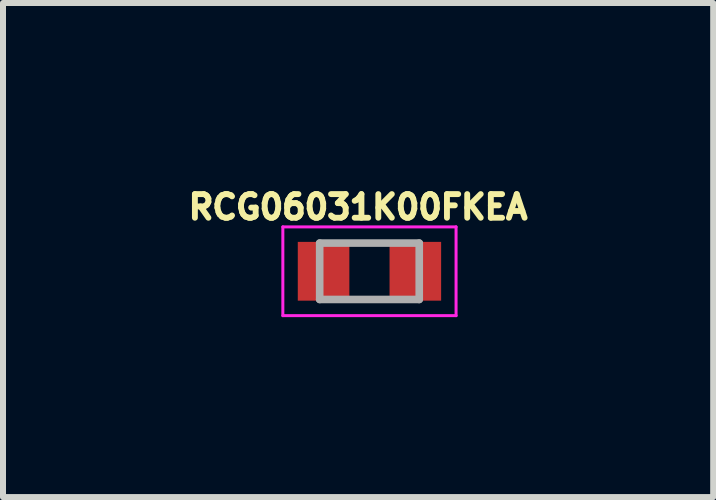
<source format=kicad_pcb>
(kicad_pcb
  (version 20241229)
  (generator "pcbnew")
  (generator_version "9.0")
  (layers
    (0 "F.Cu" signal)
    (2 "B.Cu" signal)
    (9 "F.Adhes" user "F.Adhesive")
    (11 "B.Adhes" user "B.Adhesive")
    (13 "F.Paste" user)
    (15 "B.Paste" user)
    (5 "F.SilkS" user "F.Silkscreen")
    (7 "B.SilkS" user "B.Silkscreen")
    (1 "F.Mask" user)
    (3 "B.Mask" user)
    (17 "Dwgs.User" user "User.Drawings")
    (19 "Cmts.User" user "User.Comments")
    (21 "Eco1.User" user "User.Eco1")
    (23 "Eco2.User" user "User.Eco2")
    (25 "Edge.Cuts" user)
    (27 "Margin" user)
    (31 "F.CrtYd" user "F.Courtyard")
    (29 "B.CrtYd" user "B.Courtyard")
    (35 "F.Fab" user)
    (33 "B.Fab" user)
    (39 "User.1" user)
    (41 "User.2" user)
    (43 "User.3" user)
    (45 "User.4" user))
  (footprint "RCG06031K00FKEA"
    (layer "F.Cu")
    (at 3.11 1.473)
    (property "Reference" "RCG06031K00FKEA" (at -0.19 -1.07 0) (layer "F.SilkS") (effects (font (size 0.394 0.394) (thickness 0.098))))
    (attr smd)
    (fp_line (start -1.444 -0.74) (end 1.444 -0.74) (stroke (width 0.05) (type solid)) (layer "F.CrtYd"))
    (fp_line (start -1.444 0.74) (end -1.444 -0.74) (stroke (width 0.05) (type solid)) (layer "F.CrtYd"))
    (fp_line (start -1.444 0.74) (end 1.444 0.74) (stroke (width 0.05) (type solid)) (layer "F.CrtYd"))
    (fp_line (start 1.444 0.74) (end 1.444 -0.74) (stroke (width 0.05) (type solid)) (layer "F.CrtYd"))
    (fp_line (start -0.83 0.47) (end -0.83 -0.47) (stroke (width 0.127) (type solid)) (layer "F.Fab"))
    (fp_line (start 0.83 -0.47) (end -0.83 -0.47) (stroke (width 0.127) (type solid)) (layer "F.Fab"))
    (fp_line (start 0.83 0.47) (end -0.83 0.47) (stroke (width 0.127) (type solid)) (layer "F.Fab"))
    (fp_line (start 0.83 0.47) (end 0.83 -0.47) (stroke (width 0.127) (type solid)) (layer "F.Fab"))
    (pad "1" smd rect (at -0.765 0) (size 0.86 0.98) (layers "F.Cu" "F.Mask" "F.Paste"))
    (pad "2" smd rect (at 0.765 0) (size 0.86 0.98) (layers "F.Cu" "F.Mask" "F.Paste")))
  (gr_rect
    (start -3 -3)
    (end 8.841 5.238)
    (stroke (width 0.1) (type default))
    (fill no)
    (layer "Edge.Cuts")))
</source>
